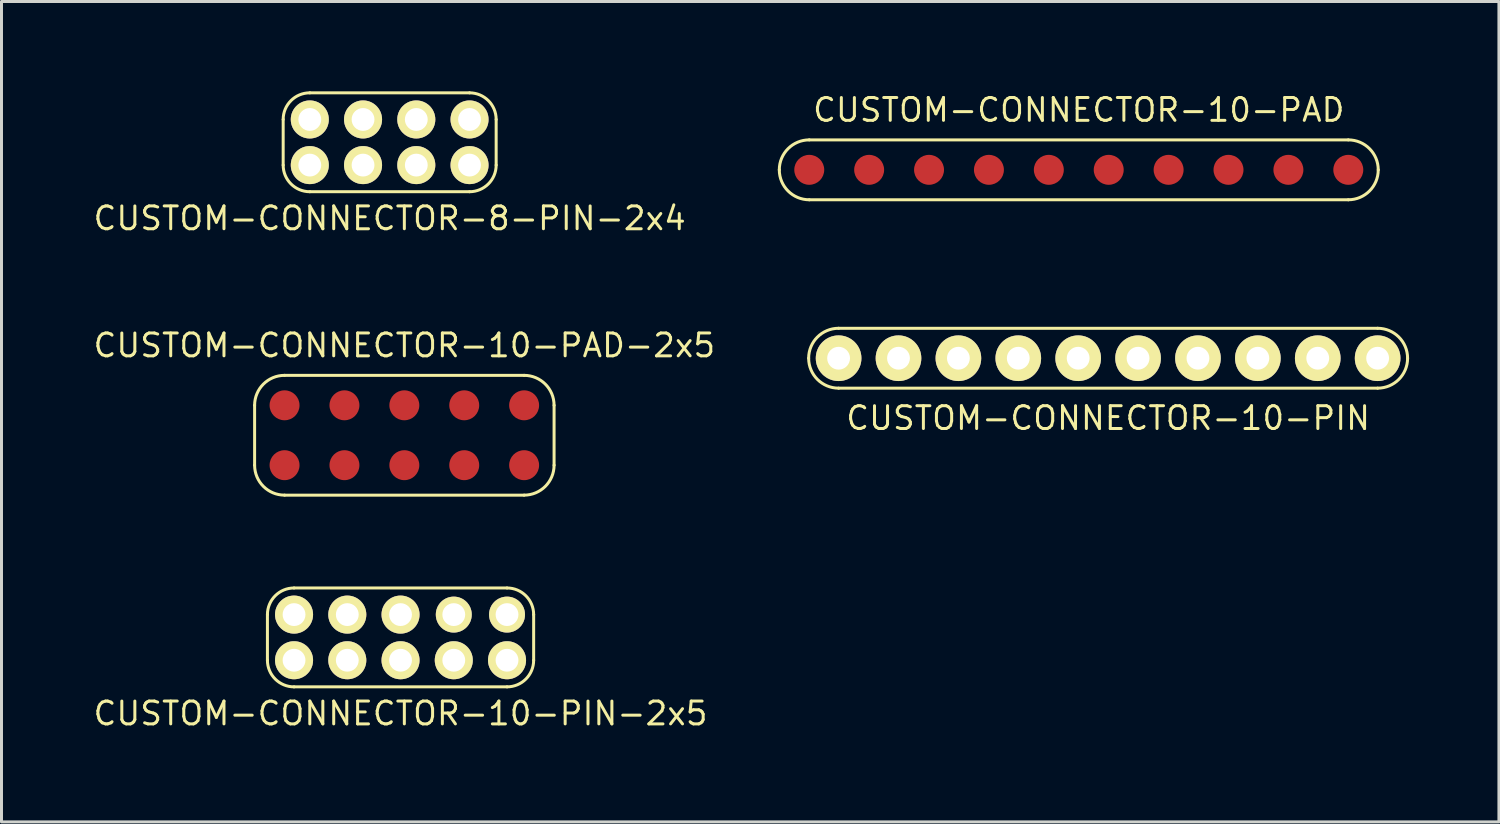
<source format=kicad_pcb>
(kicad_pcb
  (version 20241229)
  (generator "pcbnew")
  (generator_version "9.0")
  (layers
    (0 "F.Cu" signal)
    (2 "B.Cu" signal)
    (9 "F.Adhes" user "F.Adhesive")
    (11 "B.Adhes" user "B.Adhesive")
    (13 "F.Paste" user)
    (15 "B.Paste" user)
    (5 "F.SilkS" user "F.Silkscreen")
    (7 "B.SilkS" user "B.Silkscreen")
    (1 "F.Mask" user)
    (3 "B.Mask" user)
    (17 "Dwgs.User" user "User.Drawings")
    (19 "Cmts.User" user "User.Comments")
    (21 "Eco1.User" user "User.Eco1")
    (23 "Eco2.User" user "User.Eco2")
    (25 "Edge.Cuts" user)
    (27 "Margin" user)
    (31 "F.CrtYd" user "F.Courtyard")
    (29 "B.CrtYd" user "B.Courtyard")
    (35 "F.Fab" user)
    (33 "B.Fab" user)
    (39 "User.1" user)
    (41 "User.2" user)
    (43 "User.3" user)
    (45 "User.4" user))
  (footprint "CUSTOM-CONNECTOR-10-PAD-2x5"
    (layer "F.Cu")
    (at 10.452 11.484)
    (property "Reference" "CUSTOM-CONNECTOR-10-PAD-2x5" (at 0 -3 0) (layer "F.SilkS") (effects (font (size 0.762 0.762) (thickness 0.1))))
    (attr through_hole)
    (fp_line (start -5 -1) (end -5 1) (stroke (width 0.1) (type solid)) (layer "F.SilkS"))
    (fp_line (start -4 -2) (end 4 -2) (stroke (width 0.1) (type solid)) (layer "F.SilkS"))
    (fp_line (start -4 2) (end 4 2) (stroke (width 0.1) (type solid)) (layer "F.SilkS"))
    (fp_line (start 5 -1) (end 5 1) (stroke (width 0.1) (type solid)) (layer "F.SilkS"))
    (fp_arc (start -5 -1) (mid -4.707107 -1.707107) (end -4 -2) (stroke (width 0.1) (type solid)) (layer "F.SilkS"))
    (fp_arc (start -4 2) (mid -4.707107 1.707107) (end -5 1) (stroke (width 0.1) (type solid)) (layer "F.SilkS"))
    (fp_arc (start 4 -2) (mid 4.707107 -1.707107) (end 5 -1) (stroke (width 0.1) (type solid)) (layer "F.SilkS"))
    (fp_arc (start 5 1) (mid 4.707107 1.707107) (end 4 2) (stroke (width 0.1) (type solid)) (layer "F.SilkS"))
    (pad "1" smd circle (at -4 1) (size 1 1) (layers "F.Cu" "F.Mask" "F.Paste"))
    (pad "2" smd circle (at -4 -1) (size 1 1) (layers "F.Cu" "F.Mask" "F.Paste"))
    (pad "3" smd circle (at -2 1) (size 1 1) (layers "F.Cu" "F.Mask" "F.Paste"))
    (pad "4" smd circle (at -2 -1) (size 1 1) (layers "F.Cu" "F.Mask" "F.Paste"))
    (pad "5" smd circle (at 0 1) (size 1 1) (layers "F.Cu" "F.Mask" "F.Paste"))
    (pad "6" smd circle (at 0 -1) (size 1 1) (layers "F.Cu" "F.Mask" "F.Paste"))
    (pad "7" smd circle (at 2 1) (size 1 1) (layers "F.Cu" "F.Mask" "F.Paste"))
    (pad "8" smd circle (at 2 -1) (size 1 1) (layers "F.Cu" "F.Mask" "F.Paste"))
    (pad "9" smd circle (at 4 1) (size 1 1) (layers "F.Cu" "F.Mask" "F.Paste"))
    (pad "10" smd circle (at 4 -1) (size 1 1) (layers "F.Cu" "F.Mask" "F.Paste")))
  (footprint "CUSTOM-CONNECTOR-10-PIN"
    (layer "F.Cu")
    (at 33.953 8.912)
    (property "Reference" "CUSTOM-CONNECTOR-10-PIN" (at 0 2 0) (layer "F.SilkS") (effects (font (size 0.762 0.762) (thickness 0.1))))
    (attr through_hole)
    (fp_line (start -9 -1) (end 9 -1) (stroke (width 0.1) (type solid)) (layer "F.SilkS"))
    (fp_line (start 9 1) (end -9 1) (stroke (width 0.1) (type solid)) (layer "F.SilkS"))
    (fp_arc (start -10 0) (mid -9.707107 -0.707107) (end -9 -1) (stroke (width 0.1) (type solid)) (layer "F.SilkS"))
    (fp_arc (start -9 1) (mid -9.707107 0.707107) (end -10 0) (stroke (width 0.1) (type solid)) (layer "F.SilkS"))
    (fp_arc (start 9 -1) (mid 9.707107 -0.707107) (end 10 0) (stroke (width 0.1) (type solid)) (layer "F.SilkS"))
    (fp_arc (start 10 0) (mid 9.707107 0.707107) (end 9 1) (stroke (width 0.1) (type solid)) (layer "F.SilkS"))
    (pad "1" thru_hole circle (at -9 0) (size 1.524 1.524) (drill 0.762) (layers "*.Cu" "*.Mask" "F.SilkS"))
    (pad "2" thru_hole circle (at -7 0) (size 1.524 1.524) (drill 0.762) (layers "*.Cu" "*.Mask" "F.SilkS"))
    (pad "3" thru_hole circle (at -5 0) (size 1.524 1.524) (drill 0.762) (layers "*.Cu" "*.Mask" "F.SilkS"))
    (pad "4" thru_hole circle (at -3 0) (size 1.524 1.524) (drill 0.762) (layers "*.Cu" "*.Mask" "F.SilkS"))
    (pad "5" thru_hole circle (at -1 0) (size 1.524 1.524) (drill 0.762) (layers "*.Cu" "*.Mask" "F.SilkS"))
    (pad "6" thru_hole circle (at 1 0) (size 1.524 1.524) (drill 0.762) (layers "*.Cu" "*.Mask" "F.SilkS"))
    (pad "7" thru_hole circle (at 3 0) (size 1.524 1.524) (drill 0.762) (layers "*.Cu" "*.Mask" "F.SilkS"))
    (pad "8" thru_hole circle (at 5 0) (size 1.524 1.524) (drill 0.762) (layers "*.Cu" "*.Mask" "F.SilkS"))
    (pad "9" thru_hole circle (at 7 0) (size 1.524 1.524) (drill 0.762) (layers "*.Cu" "*.Mask" "F.SilkS"))
    (pad "10" thru_hole circle (at 9 0) (size 1.524 1.524) (drill 0.762) (layers "*.Cu" "*.Mask" "F.SilkS")))
  (footprint "CUSTOM-CONNECTOR-10-PIN-2x5"
    (layer "F.Cu")
    (at 10.325 18.235)
    (property "Reference" "CUSTOM-CONNECTOR-10-PIN-2x5" (at 0 2.54 0) (layer "F.SilkS") (effects (font (size 0.762 0.762) (thickness 0.1))))
    (attr through_hole)
    (fp_line (start -4.445 0.762) (end -4.445 -0.762) (stroke (width 0.1) (type solid)) (layer "F.SilkS"))
    (fp_line (start -3.556 -1.651) (end 3.556 -1.651) (stroke (width 0.1) (type solid)) (layer "F.SilkS"))
    (fp_line (start 3.556 1.651) (end -3.556 1.651) (stroke (width 0.1) (type solid)) (layer "F.SilkS"))
    (fp_line (start 4.445 -0.762) (end 4.445 0.762) (stroke (width 0.1) (type solid)) (layer "F.SilkS"))
    (fp_arc (start -4.445 -0.762) (mid -4.184618 -1.390618) (end -3.556 -1.651) (stroke (width 0.1) (type solid)) (layer "F.SilkS"))
    (fp_arc (start -3.556 1.651) (mid -4.184618 1.390618) (end -4.445 0.762) (stroke (width 0.1) (type solid)) (layer "F.SilkS"))
    (fp_arc (start 3.556 -1.651) (mid 4.184618 -1.390618) (end 4.445 -0.762) (stroke (width 0.1) (type solid)) (layer "F.SilkS"))
    (fp_arc (start 4.445 0.762) (mid 4.184618 1.390618) (end 3.556 1.651) (stroke (width 0.1) (type solid)) (layer "F.SilkS"))
    (pad "1" thru_hole circle (at -3.556 0.762) (size 1.27 1.27) (drill 0.762) (layers "*.Cu" "*.Mask" "F.SilkS"))
    (pad "2" thru_hole circle (at -3.556 -0.762) (size 1.27 1.27) (drill 0.762) (layers "*.Cu" "*.Mask" "F.SilkS"))
    (pad "3" thru_hole circle (at -1.778 0.762) (size 1.27 1.27) (drill 0.762) (layers "*.Cu" "*.Mask" "F.SilkS"))
    (pad "4" thru_hole circle (at -1.778 -0.762) (size 1.27 1.27) (drill 0.762) (layers "*.Cu" "*.Mask" "F.SilkS"))
    (pad "5" thru_hole circle (at 0 0.762) (size 1.27 1.27) (drill 0.762) (layers "*.Cu" "*.Mask" "F.SilkS"))
    (pad "6" thru_hole circle (at 0 -0.762) (size 1.27 1.27) (drill 0.762) (layers "*.Cu" "*.Mask" "F.SilkS"))
    (pad "7" thru_hole circle (at 1.778 0.762) (size 1.27 1.27) (drill 0.762) (layers "*.Cu" "*.Mask" "F.SilkS"))
    (pad "8" thru_hole circle (at 1.778 -0.762) (size 1.2 1.2) (drill 0.762) (layers "*.Cu" "*.Mask" "F.SilkS"))
    (pad "9" thru_hole circle (at 3.556 0.762) (size 1.27 1.27) (drill 0.762) (layers "*.Cu" "*.Mask" "F.SilkS"))
    (pad "10" thru_hole circle (at 3.556 -0.762) (size 1.2 1.2) (drill 0.762) (layers "*.Cu" "*.Mask" "F.SilkS")))
  (footprint "CUSTOM-CONNECTOR-8-PIN-2x4"
    (layer "F.Cu")
    (at 9.962 1.701)
    (property "Reference" "CUSTOM-CONNECTOR-8-PIN-2x4" (at 0 2.54 0) (layer "F.SilkS") (effects (font (size 0.762 0.762) (thickness 0.1))))
    (attr through_hole)
    (fp_line (start -3.556 0.762) (end -3.556 -0.762) (stroke (width 0.1) (type solid)) (layer "F.SilkS"))
    (fp_line (start -2.667 -1.651) (end 2.667 -1.651) (stroke (width 0.1) (type solid)) (layer "F.SilkS"))
    (fp_line (start 2.667 1.651) (end -2.667 1.651) (stroke (width 0.1) (type solid)) (layer "F.SilkS"))
    (fp_line (start 3.556 -0.762) (end 3.556 0.762) (stroke (width 0.1) (type solid)) (layer "F.SilkS"))
    (fp_arc (start -3.556 -0.762) (mid -3.295618 -1.390618) (end -2.667 -1.651) (stroke (width 0.1) (type solid)) (layer "F.SilkS"))
    (fp_arc (start -2.667 1.651) (mid -3.295618 1.390618) (end -3.556 0.762) (stroke (width 0.1) (type solid)) (layer "F.SilkS"))
    (fp_arc (start 2.667 -1.651) (mid 3.295618 -1.390618) (end 3.556 -0.762) (stroke (width 0.1) (type solid)) (layer "F.SilkS"))
    (fp_arc (start 3.556 0.762) (mid 3.295618 1.390618) (end 2.667 1.651) (stroke (width 0.1) (type solid)) (layer "F.SilkS"))
    (pad "1" thru_hole circle (at -2.667 0.762) (size 1.27 1.27) (drill 0.762) (layers "*.Cu" "*.Mask" "F.SilkS"))
    (pad "2" thru_hole circle (at -2.667 -0.762) (size 1.27 1.27) (drill 0.762) (layers "*.Cu" "*.Mask" "F.SilkS"))
    (pad "3" thru_hole circle (at -0.889 0.762) (size 1.27 1.27) (drill 0.762) (layers "*.Cu" "*.Mask" "F.SilkS"))
    (pad "4" thru_hole circle (at -0.889 -0.762) (size 1.27 1.27) (drill 0.762) (layers "*.Cu" "*.Mask" "F.SilkS"))
    (pad "5" thru_hole circle (at 0.889 0.762) (size 1.27 1.27) (drill 0.762) (layers "*.Cu" "*.Mask" "F.SilkS"))
    (pad "6" thru_hole circle (at 0.889 -0.762) (size 1.27 1.27) (drill 0.762) (layers "*.Cu" "*.Mask" "F.SilkS"))
    (pad "7" thru_hole circle (at 2.667 0.762) (size 1.27 1.27) (drill 0.762) (layers "*.Cu" "*.Mask" "F.SilkS"))
    (pad "8" thru_hole circle (at 2.667 -0.762) (size 1.27 1.27) (drill 0.762) (layers "*.Cu" "*.Mask" "F.SilkS")))
  (footprint "CUSTOM-CONNECTOR-10-PAD"
    (layer "F.Cu")
    (at 32.973 2.621)
    (property "Reference" "CUSTOM-CONNECTOR-10-PAD" (at 0 -2 0) (layer "F.SilkS") (effects (font (size 0.762 0.762) (thickness 0.1))))
    (attr through_hole)
    (fp_line (start -9 -1) (end 9 -1) (stroke (width 0.1) (type solid)) (layer "F.SilkS"))
    (fp_line (start -9 1) (end 9 1) (stroke (width 0.1) (type solid)) (layer "F.SilkS"))
    (fp_arc (start -10 0) (mid -9.707107 -0.707107) (end -9 -1) (stroke (width 0.1) (type solid)) (layer "F.SilkS"))
    (fp_arc (start -9 1) (mid -9.707107 0.707107) (end -10 0) (stroke (width 0.1) (type solid)) (layer "F.SilkS"))
    (fp_arc (start 9 -1) (mid 9.707107 -0.707107) (end 10 0) (stroke (width 0.1) (type solid)) (layer "F.SilkS"))
    (fp_arc (start 10 0) (mid 9.707107 0.707107) (end 9 1) (stroke (width 0.1) (type solid)) (layer "F.SilkS"))
    (pad "1" smd circle (at -9 0) (size 1 1) (layers "F.Cu" "F.Mask" "F.Paste"))
    (pad "2" smd circle (at -7 0) (size 1 1) (layers "F.Cu" "F.Mask" "F.Paste"))
    (pad "3" smd circle (at -5 0) (size 1 1) (layers "F.Cu" "F.Mask" "F.Paste"))
    (pad "4" smd circle (at -3 0) (size 1 1) (layers "F.Cu" "F.Mask" "F.Paste"))
    (pad "5" smd circle (at -1 0) (size 1 1) (layers "F.Cu" "F.Mask" "F.Paste"))
    (pad "6" smd circle (at 1 0) (size 1 1) (layers "F.Cu" "F.Mask" "F.Paste"))
    (pad "7" smd circle (at 3 0) (size 1 1) (layers "F.Cu" "F.Mask" "F.Paste"))
    (pad "8" smd circle (at 5 0) (size 1 1) (layers "F.Cu" "F.Mask" "F.Paste"))
    (pad "9" smd circle (at 7 0) (size 1 1) (layers "F.Cu" "F.Mask" "F.Paste"))
    (pad "10" smd circle (at 9 0) (size 1 1) (layers "F.Cu" "F.Mask" "F.Paste")))
  (gr_rect
    (start -3 -3)
    (end 47.003 24.396)
    (stroke (width 0.1) (type default))
    (fill no)
    (layer "Edge.Cuts")))
</source>
